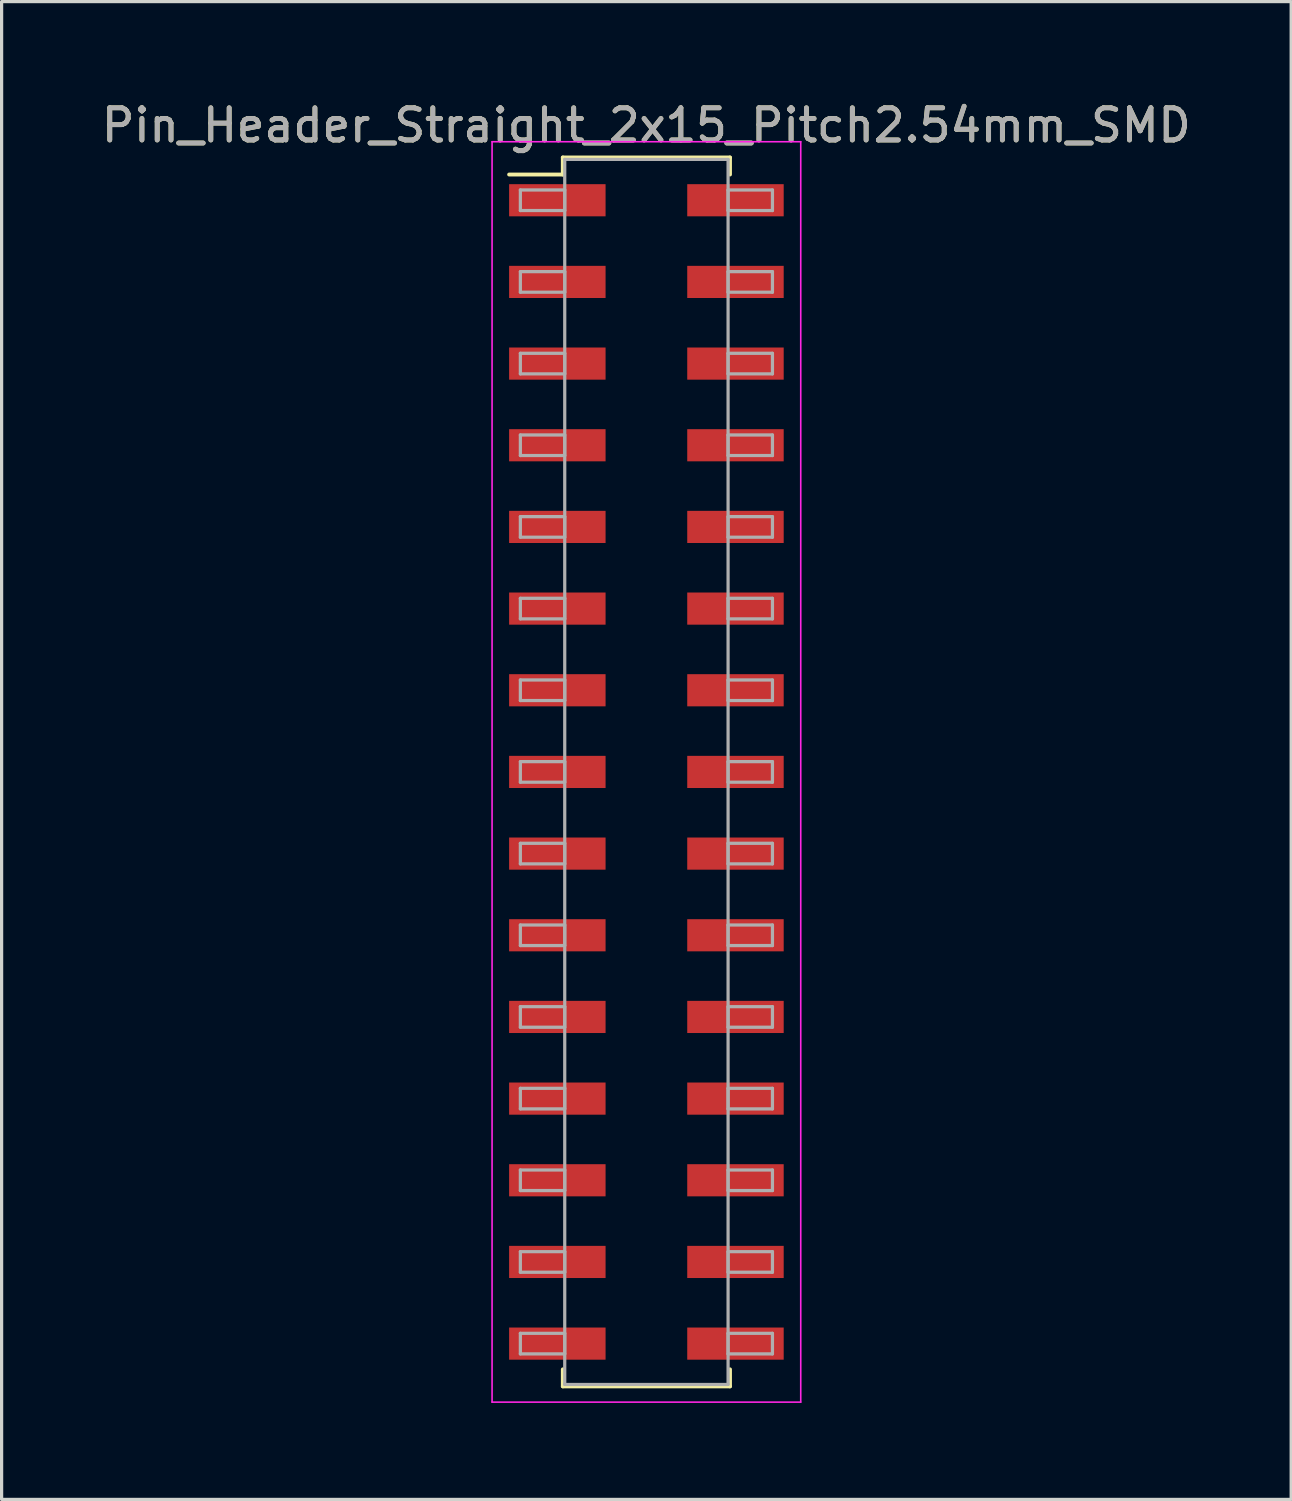
<source format=kicad_pcb>
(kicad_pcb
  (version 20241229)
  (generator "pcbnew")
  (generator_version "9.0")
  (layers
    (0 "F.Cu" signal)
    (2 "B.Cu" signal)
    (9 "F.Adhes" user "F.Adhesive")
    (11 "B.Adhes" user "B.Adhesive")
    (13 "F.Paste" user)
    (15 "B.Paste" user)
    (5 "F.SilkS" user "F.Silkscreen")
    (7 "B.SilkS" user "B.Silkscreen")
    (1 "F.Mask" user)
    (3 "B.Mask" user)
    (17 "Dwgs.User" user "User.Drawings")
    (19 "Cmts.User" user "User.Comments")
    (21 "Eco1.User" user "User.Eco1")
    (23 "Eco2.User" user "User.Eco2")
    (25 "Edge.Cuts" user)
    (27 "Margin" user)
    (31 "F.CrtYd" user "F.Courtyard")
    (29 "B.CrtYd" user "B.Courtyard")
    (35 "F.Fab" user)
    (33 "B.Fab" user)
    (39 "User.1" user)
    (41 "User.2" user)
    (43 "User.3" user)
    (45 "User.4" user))
  (footprint "Pin_Header_Straight_2x15_Pitch2.54mm_SMD"
    (layer "F.Cu")
    (at 17.054 20.958)
    (property "Reference" "Pin_Header_Straight_2x15_Pitch2.54mm_SMD" (at 0 -20.11 0) (layer "F.SilkS") (effects (font (size 1 1) (thickness 0.15))))
    (attr smd)
    (fp_line (start -4.27 -18.58) (end -2.6 -18.58) (stroke (width 0.12) (type solid)) (layer "F.SilkS"))
    (fp_line (start -2.6 -19.11) (end 2.6 -19.11) (stroke (width 0.12) (type solid)) (layer "F.SilkS"))
    (fp_line (start -2.6 -18.58) (end -2.6 -19.11) (stroke (width 0.12) (type solid)) (layer "F.SilkS"))
    (fp_line (start -2.6 18.58) (end -2.6 19.11) (stroke (width 0.12) (type solid)) (layer "F.SilkS"))
    (fp_line (start -2.6 19.11) (end 2.6 19.11) (stroke (width 0.12) (type solid)) (layer "F.SilkS"))
    (fp_line (start 2.6 -19.11) (end 2.6 -18.58) (stroke (width 0.12) (type solid)) (layer "F.SilkS"))
    (fp_line (start 2.6 19.11) (end 2.6 18.58) (stroke (width 0.12) (type solid)) (layer "F.SilkS"))
    (fp_line (start -4.8 -19.6) (end -4.8 19.6) (stroke (width 0.05) (type solid)) (layer "F.CrtYd"))
    (fp_line (start -4.8 19.6) (end 4.8 19.6) (stroke (width 0.05) (type solid)) (layer "F.CrtYd"))
    (fp_line (start 4.8 -19.6) (end -4.8 -19.6) (stroke (width 0.05) (type solid)) (layer "F.CrtYd"))
    (fp_line (start 4.8 19.6) (end 4.8 -19.6) (stroke (width 0.05) (type solid)) (layer "F.CrtYd"))
    (fp_line (start -3.92 -18.1) (end -2.54 -18.1) (stroke (width 0.1) (type solid)) (layer "F.Fab"))
    (fp_line (start -3.92 -17.46) (end -3.92 -18.1) (stroke (width 0.1) (type solid)) (layer "F.Fab"))
    (fp_line (start -3.92 -15.56) (end -2.54 -15.56) (stroke (width 0.1) (type solid)) (layer "F.Fab"))
    (fp_line (start -3.92 -14.92) (end -3.92 -15.56) (stroke (width 0.1) (type solid)) (layer "F.Fab"))
    (fp_line (start -3.92 -13.02) (end -2.54 -13.02) (stroke (width 0.1) (type solid)) (layer "F.Fab"))
    (fp_line (start -3.92 -12.38) (end -3.92 -13.02) (stroke (width 0.1) (type solid)) (layer "F.Fab"))
    (fp_line (start -3.92 -10.48) (end -2.54 -10.48) (stroke (width 0.1) (type solid)) (layer "F.Fab"))
    (fp_line (start -3.92 -9.84) (end -3.92 -10.48) (stroke (width 0.1) (type solid)) (layer "F.Fab"))
    (fp_line (start -3.92 -7.94) (end -2.54 -7.94) (stroke (width 0.1) (type solid)) (layer "F.Fab"))
    (fp_line (start -3.92 -7.3) (end -3.92 -7.94) (stroke (width 0.1) (type solid)) (layer "F.Fab"))
    (fp_line (start -3.92 -5.4) (end -2.54 -5.4) (stroke (width 0.1) (type solid)) (layer "F.Fab"))
    (fp_line (start -3.92 -4.76) (end -3.92 -5.4) (stroke (width 0.1) (type solid)) (layer "F.Fab"))
    (fp_line (start -3.92 -2.86) (end -2.54 -2.86) (stroke (width 0.1) (type solid)) (layer "F.Fab"))
    (fp_line (start -3.92 -2.22) (end -3.92 -2.86) (stroke (width 0.1) (type solid)) (layer "F.Fab"))
    (fp_line (start -3.92 -0.32) (end -2.54 -0.32) (stroke (width 0.1) (type solid)) (layer "F.Fab"))
    (fp_line (start -3.92 0.32) (end -3.92 -0.32) (stroke (width 0.1) (type solid)) (layer "F.Fab"))
    (fp_line (start -3.92 2.22) (end -2.54 2.22) (stroke (width 0.1) (type solid)) (layer "F.Fab"))
    (fp_line (start -3.92 2.86) (end -3.92 2.22) (stroke (width 0.1) (type solid)) (layer "F.Fab"))
    (fp_line (start -3.92 4.76) (end -2.54 4.76) (stroke (width 0.1) (type solid)) (layer "F.Fab"))
    (fp_line (start -3.92 5.4) (end -3.92 4.76) (stroke (width 0.1) (type solid)) (layer "F.Fab"))
    (fp_line (start -3.92 7.3) (end -2.54 7.3) (stroke (width 0.1) (type solid)) (layer "F.Fab"))
    (fp_line (start -3.92 7.94) (end -3.92 7.3) (stroke (width 0.1) (type solid)) (layer "F.Fab"))
    (fp_line (start -3.92 9.84) (end -2.54 9.84) (stroke (width 0.1) (type solid)) (layer "F.Fab"))
    (fp_line (start -3.92 10.48) (end -3.92 9.84) (stroke (width 0.1) (type solid)) (layer "F.Fab"))
    (fp_line (start -3.92 12.38) (end -2.54 12.38) (stroke (width 0.1) (type solid)) (layer "F.Fab"))
    (fp_line (start -3.92 13.02) (end -3.92 12.38) (stroke (width 0.1) (type solid)) (layer "F.Fab"))
    (fp_line (start -3.92 14.92) (end -2.54 14.92) (stroke (width 0.1) (type solid)) (layer "F.Fab"))
    (fp_line (start -3.92 15.56) (end -3.92 14.92) (stroke (width 0.1) (type solid)) (layer "F.Fab"))
    (fp_line (start -3.92 17.46) (end -2.54 17.46) (stroke (width 0.1) (type solid)) (layer "F.Fab"))
    (fp_line (start -3.92 18.1) (end -3.92 17.46) (stroke (width 0.1) (type solid)) (layer "F.Fab"))
    (fp_line (start -2.54 -19.05) (end -2.54 19.05) (stroke (width 0.1) (type solid)) (layer "F.Fab"))
    (fp_line (start -2.54 -18.1) (end -2.54 -17.46) (stroke (width 0.1) (type solid)) (layer "F.Fab"))
    (fp_line (start -2.54 -17.46) (end -3.92 -17.46) (stroke (width 0.1) (type solid)) (layer "F.Fab"))
    (fp_line (start -2.54 -15.56) (end -2.54 -14.92) (stroke (width 0.1) (type solid)) (layer "F.Fab"))
    (fp_line (start -2.54 -14.92) (end -3.92 -14.92) (stroke (width 0.1) (type solid)) (layer "F.Fab"))
    (fp_line (start -2.54 -13.02) (end -2.54 -12.38) (stroke (width 0.1) (type solid)) (layer "F.Fab"))
    (fp_line (start -2.54 -12.38) (end -3.92 -12.38) (stroke (width 0.1) (type solid)) (layer "F.Fab"))
    (fp_line (start -2.54 -10.48) (end -2.54 -9.84) (stroke (width 0.1) (type solid)) (layer "F.Fab"))
    (fp_line (start -2.54 -9.84) (end -3.92 -9.84) (stroke (width 0.1) (type solid)) (layer "F.Fab"))
    (fp_line (start -2.54 -7.94) (end -2.54 -7.3) (stroke (width 0.1) (type solid)) (layer "F.Fab"))
    (fp_line (start -2.54 -7.3) (end -3.92 -7.3) (stroke (width 0.1) (type solid)) (layer "F.Fab"))
    (fp_line (start -2.54 -5.4) (end -2.54 -4.76) (stroke (width 0.1) (type solid)) (layer "F.Fab"))
    (fp_line (start -2.54 -4.76) (end -3.92 -4.76) (stroke (width 0.1) (type solid)) (layer "F.Fab"))
    (fp_line (start -2.54 -2.86) (end -2.54 -2.22) (stroke (width 0.1) (type solid)) (layer "F.Fab"))
    (fp_line (start -2.54 -2.22) (end -3.92 -2.22) (stroke (width 0.1) (type solid)) (layer "F.Fab"))
    (fp_line (start -2.54 -0.32) (end -2.54 0.32) (stroke (width 0.1) (type solid)) (layer "F.Fab"))
    (fp_line (start -2.54 0.32) (end -3.92 0.32) (stroke (width 0.1) (type solid)) (layer "F.Fab"))
    (fp_line (start -2.54 2.22) (end -2.54 2.86) (stroke (width 0.1) (type solid)) (layer "F.Fab"))
    (fp_line (start -2.54 2.86) (end -3.92 2.86) (stroke (width 0.1) (type solid)) (layer "F.Fab"))
    (fp_line (start -2.54 4.76) (end -2.54 5.4) (stroke (width 0.1) (type solid)) (layer "F.Fab"))
    (fp_line (start -2.54 5.4) (end -3.92 5.4) (stroke (width 0.1) (type solid)) (layer "F.Fab"))
    (fp_line (start -2.54 7.3) (end -2.54 7.94) (stroke (width 0.1) (type solid)) (layer "F.Fab"))
    (fp_line (start -2.54 7.94) (end -3.92 7.94) (stroke (width 0.1) (type solid)) (layer "F.Fab"))
    (fp_line (start -2.54 9.84) (end -2.54 10.48) (stroke (width 0.1) (type solid)) (layer "F.Fab"))
    (fp_line (start -2.54 10.48) (end -3.92 10.48) (stroke (width 0.1) (type solid)) (layer "F.Fab"))
    (fp_line (start -2.54 12.38) (end -2.54 13.02) (stroke (width 0.1) (type solid)) (layer "F.Fab"))
    (fp_line (start -2.54 13.02) (end -3.92 13.02) (stroke (width 0.1) (type solid)) (layer "F.Fab"))
    (fp_line (start -2.54 14.92) (end -2.54 15.56) (stroke (width 0.1) (type solid)) (layer "F.Fab"))
    (fp_line (start -2.54 15.56) (end -3.92 15.56) (stroke (width 0.1) (type solid)) (layer "F.Fab"))
    (fp_line (start -2.54 17.46) (end -2.54 18.1) (stroke (width 0.1) (type solid)) (layer "F.Fab"))
    (fp_line (start -2.54 18.1) (end -3.92 18.1) (stroke (width 0.1) (type solid)) (layer "F.Fab"))
    (fp_line (start -2.54 19.05) (end 2.54 19.05) (stroke (width 0.1) (type solid)) (layer "F.Fab"))
    (fp_line (start 2.54 -19.05) (end -2.54 -19.05) (stroke (width 0.1) (type solid)) (layer "F.Fab"))
    (fp_line (start 2.54 -18.1) (end 2.54 -17.46) (stroke (width 0.1) (type solid)) (layer "F.Fab"))
    (fp_line (start 2.54 -17.46) (end 3.92 -17.46) (stroke (width 0.1) (type solid)) (layer "F.Fab"))
    (fp_line (start 2.54 -15.56) (end 2.54 -14.92) (stroke (width 0.1) (type solid)) (layer "F.Fab"))
    (fp_line (start 2.54 -14.92) (end 3.92 -14.92) (stroke (width 0.1) (type solid)) (layer "F.Fab"))
    (fp_line (start 2.54 -13.02) (end 2.54 -12.38) (stroke (width 0.1) (type solid)) (layer "F.Fab"))
    (fp_line (start 2.54 -12.38) (end 3.92 -12.38) (stroke (width 0.1) (type solid)) (layer "F.Fab"))
    (fp_line (start 2.54 -10.48) (end 2.54 -9.84) (stroke (width 0.1) (type solid)) (layer "F.Fab"))
    (fp_line (start 2.54 -9.84) (end 3.92 -9.84) (stroke (width 0.1) (type solid)) (layer "F.Fab"))
    (fp_line (start 2.54 -7.94) (end 2.54 -7.3) (stroke (width 0.1) (type solid)) (layer "F.Fab"))
    (fp_line (start 2.54 -7.3) (end 3.92 -7.3) (stroke (width 0.1) (type solid)) (layer "F.Fab"))
    (fp_line (start 2.54 -5.4) (end 2.54 -4.76) (stroke (width 0.1) (type solid)) (layer "F.Fab"))
    (fp_line (start 2.54 -4.76) (end 3.92 -4.76) (stroke (width 0.1) (type solid)) (layer "F.Fab"))
    (fp_line (start 2.54 -2.86) (end 2.54 -2.22) (stroke (width 0.1) (type solid)) (layer "F.Fab"))
    (fp_line (start 2.54 -2.22) (end 3.92 -2.22) (stroke (width 0.1) (type solid)) (layer "F.Fab"))
    (fp_line (start 2.54 -0.32) (end 2.54 0.32) (stroke (width 0.1) (type solid)) (layer "F.Fab"))
    (fp_line (start 2.54 0.32) (end 3.92 0.32) (stroke (width 0.1) (type solid)) (layer "F.Fab"))
    (fp_line (start 2.54 2.22) (end 2.54 2.86) (stroke (width 0.1) (type solid)) (layer "F.Fab"))
    (fp_line (start 2.54 2.86) (end 3.92 2.86) (stroke (width 0.1) (type solid)) (layer "F.Fab"))
    (fp_line (start 2.54 4.76) (end 2.54 5.4) (stroke (width 0.1) (type solid)) (layer "F.Fab"))
    (fp_line (start 2.54 5.4) (end 3.92 5.4) (stroke (width 0.1) (type solid)) (layer "F.Fab"))
    (fp_line (start 2.54 7.3) (end 2.54 7.94) (stroke (width 0.1) (type solid)) (layer "F.Fab"))
    (fp_line (start 2.54 7.94) (end 3.92 7.94) (stroke (width 0.1) (type solid)) (layer "F.Fab"))
    (fp_line (start 2.54 9.84) (end 2.54 10.48) (stroke (width 0.1) (type solid)) (layer "F.Fab"))
    (fp_line (start 2.54 10.48) (end 3.92 10.48) (stroke (width 0.1) (type solid)) (layer "F.Fab"))
    (fp_line (start 2.54 12.38) (end 2.54 13.02) (stroke (width 0.1) (type solid)) (layer "F.Fab"))
    (fp_line (start 2.54 13.02) (end 3.92 13.02) (stroke (width 0.1) (type solid)) (layer "F.Fab"))
    (fp_line (start 2.54 14.92) (end 2.54 15.56) (stroke (width 0.1) (type solid)) (layer "F.Fab"))
    (fp_line (start 2.54 15.56) (end 3.92 15.56) (stroke (width 0.1) (type solid)) (layer "F.Fab"))
    (fp_line (start 2.54 17.46) (end 2.54 18.1) (stroke (width 0.1) (type solid)) (layer "F.Fab"))
    (fp_line (start 2.54 18.1) (end 3.92 18.1) (stroke (width 0.1) (type solid)) (layer "F.Fab"))
    (fp_line (start 2.54 19.05) (end 2.54 -19.05) (stroke (width 0.1) (type solid)) (layer "F.Fab"))
    (fp_line (start 3.92 -18.1) (end 2.54 -18.1) (stroke (width 0.1) (type solid)) (layer "F.Fab"))
    (fp_line (start 3.92 -17.46) (end 3.92 -18.1) (stroke (width 0.1) (type solid)) (layer "F.Fab"))
    (fp_line (start 3.92 -15.56) (end 2.54 -15.56) (stroke (width 0.1) (type solid)) (layer "F.Fab"))
    (fp_line (start 3.92 -14.92) (end 3.92 -15.56) (stroke (width 0.1) (type solid)) (layer "F.Fab"))
    (fp_line (start 3.92 -13.02) (end 2.54 -13.02) (stroke (width 0.1) (type solid)) (layer "F.Fab"))
    (fp_line (start 3.92 -12.38) (end 3.92 -13.02) (stroke (width 0.1) (type solid)) (layer "F.Fab"))
    (fp_line (start 3.92 -10.48) (end 2.54 -10.48) (stroke (width 0.1) (type solid)) (layer "F.Fab"))
    (fp_line (start 3.92 -9.84) (end 3.92 -10.48) (stroke (width 0.1) (type solid)) (layer "F.Fab"))
    (fp_line (start 3.92 -7.94) (end 2.54 -7.94) (stroke (width 0.1) (type solid)) (layer "F.Fab"))
    (fp_line (start 3.92 -7.3) (end 3.92 -7.94) (stroke (width 0.1) (type solid)) (layer "F.Fab"))
    (fp_line (start 3.92 -5.4) (end 2.54 -5.4) (stroke (width 0.1) (type solid)) (layer "F.Fab"))
    (fp_line (start 3.92 -4.76) (end 3.92 -5.4) (stroke (width 0.1) (type solid)) (layer "F.Fab"))
    (fp_line (start 3.92 -2.86) (end 2.54 -2.86) (stroke (width 0.1) (type solid)) (layer "F.Fab"))
    (fp_line (start 3.92 -2.22) (end 3.92 -2.86) (stroke (width 0.1) (type solid)) (layer "F.Fab"))
    (fp_line (start 3.92 -0.32) (end 2.54 -0.32) (stroke (width 0.1) (type solid)) (layer "F.Fab"))
    (fp_line (start 3.92 0.32) (end 3.92 -0.32) (stroke (width 0.1) (type solid)) (layer "F.Fab"))
    (fp_line (start 3.92 2.22) (end 2.54 2.22) (stroke (width 0.1) (type solid)) (layer "F.Fab"))
    (fp_line (start 3.92 2.86) (end 3.92 2.22) (stroke (width 0.1) (type solid)) (layer "F.Fab"))
    (fp_line (start 3.92 4.76) (end 2.54 4.76) (stroke (width 0.1) (type solid)) (layer "F.Fab"))
    (fp_line (start 3.92 5.4) (end 3.92 4.76) (stroke (width 0.1) (type solid)) (layer "F.Fab"))
    (fp_line (start 3.92 7.3) (end 2.54 7.3) (stroke (width 0.1) (type solid)) (layer "F.Fab"))
    (fp_line (start 3.92 7.94) (end 3.92 7.3) (stroke (width 0.1) (type solid)) (layer "F.Fab"))
    (fp_line (start 3.92 9.84) (end 2.54 9.84) (stroke (width 0.1) (type solid)) (layer "F.Fab"))
    (fp_line (start 3.92 10.48) (end 3.92 9.84) (stroke (width 0.1) (type solid)) (layer "F.Fab"))
    (fp_line (start 3.92 12.38) (end 2.54 12.38) (stroke (width 0.1) (type solid)) (layer "F.Fab"))
    (fp_line (start 3.92 13.02) (end 3.92 12.38) (stroke (width 0.1) (type solid)) (layer "F.Fab"))
    (fp_line (start 3.92 14.92) (end 2.54 14.92) (stroke (width 0.1) (type solid)) (layer "F.Fab"))
    (fp_line (start 3.92 15.56) (end 3.92 14.92) (stroke (width 0.1) (type solid)) (layer "F.Fab"))
    (fp_line (start 3.92 17.46) (end 2.54 17.46) (stroke (width 0.1) (type solid)) (layer "F.Fab"))
    (fp_line (start 3.92 18.1) (end 3.92 17.46) (stroke (width 0.1) (type solid)) (layer "F.Fab"))
    (fp_text user "${REFERENCE}" (at 0 -20.11 0) (layer "F.Fab") (effects (font (size 1 1) (thickness 0.15))))
    (pad "1" smd rect (at -2.77 -17.78) (size 3 1) (layers "F.Cu" "F.Mask" "F.Paste"))
    (pad "2" smd rect (at 2.77 -17.78) (size 3 1) (layers "F.Cu" "F.Mask" "F.Paste"))
    (pad "3" smd rect (at -2.77 -15.24) (size 3 1) (layers "F.Cu" "F.Mask" "F.Paste"))
    (pad "4" smd rect (at 2.77 -15.24) (size 3 1) (layers "F.Cu" "F.Mask" "F.Paste"))
    (pad "5" smd rect (at -2.77 -12.7) (size 3 1) (layers "F.Cu" "F.Mask" "F.Paste"))
    (pad "6" smd rect (at 2.77 -12.7) (size 3 1) (layers "F.Cu" "F.Mask" "F.Paste"))
    (pad "7" smd rect (at -2.77 -10.16) (size 3 1) (layers "F.Cu" "F.Mask" "F.Paste"))
    (pad "8" smd rect (at 2.77 -10.16) (size 3 1) (layers "F.Cu" "F.Mask" "F.Paste"))
    (pad "9" smd rect (at -2.77 -7.62) (size 3 1) (layers "F.Cu" "F.Mask" "F.Paste"))
    (pad "10" smd rect (at 2.77 -7.62) (size 3 1) (layers "F.Cu" "F.Mask" "F.Paste"))
    (pad "11" smd rect (at -2.77 -5.08) (size 3 1) (layers "F.Cu" "F.Mask" "F.Paste"))
    (pad "12" smd rect (at 2.77 -5.08) (size 3 1) (layers "F.Cu" "F.Mask" "F.Paste"))
    (pad "13" smd rect (at -2.77 -2.54) (size 3 1) (layers "F.Cu" "F.Mask" "F.Paste"))
    (pad "14" smd rect (at 2.77 -2.54) (size 3 1) (layers "F.Cu" "F.Mask" "F.Paste"))
    (pad "15" smd rect (at -2.77 0) (size 3 1) (layers "F.Cu" "F.Mask" "F.Paste"))
    (pad "16" smd rect (at 2.77 0) (size 3 1) (layers "F.Cu" "F.Mask" "F.Paste"))
    (pad "17" smd rect (at -2.77 2.54) (size 3 1) (layers "F.Cu" "F.Mask" "F.Paste"))
    (pad "18" smd rect (at 2.77 2.54) (size 3 1) (layers "F.Cu" "F.Mask" "F.Paste"))
    (pad "19" smd rect (at -2.77 5.08) (size 3 1) (layers "F.Cu" "F.Mask" "F.Paste"))
    (pad "20" smd rect (at 2.77 5.08) (size 3 1) (layers "F.Cu" "F.Mask" "F.Paste"))
    (pad "21" smd rect (at -2.77 7.62) (size 3 1) (layers "F.Cu" "F.Mask" "F.Paste"))
    (pad "22" smd rect (at 2.77 7.62) (size 3 1) (layers "F.Cu" "F.Mask" "F.Paste"))
    (pad "23" smd rect (at -2.77 10.16) (size 3 1) (layers "F.Cu" "F.Mask" "F.Paste"))
    (pad "24" smd rect (at 2.77 10.16) (size 3 1) (layers "F.Cu" "F.Mask" "F.Paste"))
    (pad "25" smd rect (at -2.77 12.7) (size 3 1) (layers "F.Cu" "F.Mask" "F.Paste"))
    (pad "26" smd rect (at 2.77 12.7) (size 3 1) (layers "F.Cu" "F.Mask" "F.Paste"))
    (pad "27" smd rect (at -2.77 15.24) (size 3 1) (layers "F.Cu" "F.Mask" "F.Paste"))
    (pad "28" smd rect (at 2.77 15.24) (size 3 1) (layers "F.Cu" "F.Mask" "F.Paste"))
    (pad "29" smd rect (at -2.77 17.78) (size 3 1) (layers "F.Cu" "F.Mask" "F.Paste"))
    (pad "30" smd rect (at 2.77 17.78) (size 3 1) (layers "F.Cu" "F.Mask" "F.Paste")))
  (gr_rect
    (start -3 -3)
    (end 37.107 43.583)
    (stroke (width 0.1) (type default))
    (fill no)
    (layer "Edge.Cuts")))
</source>
